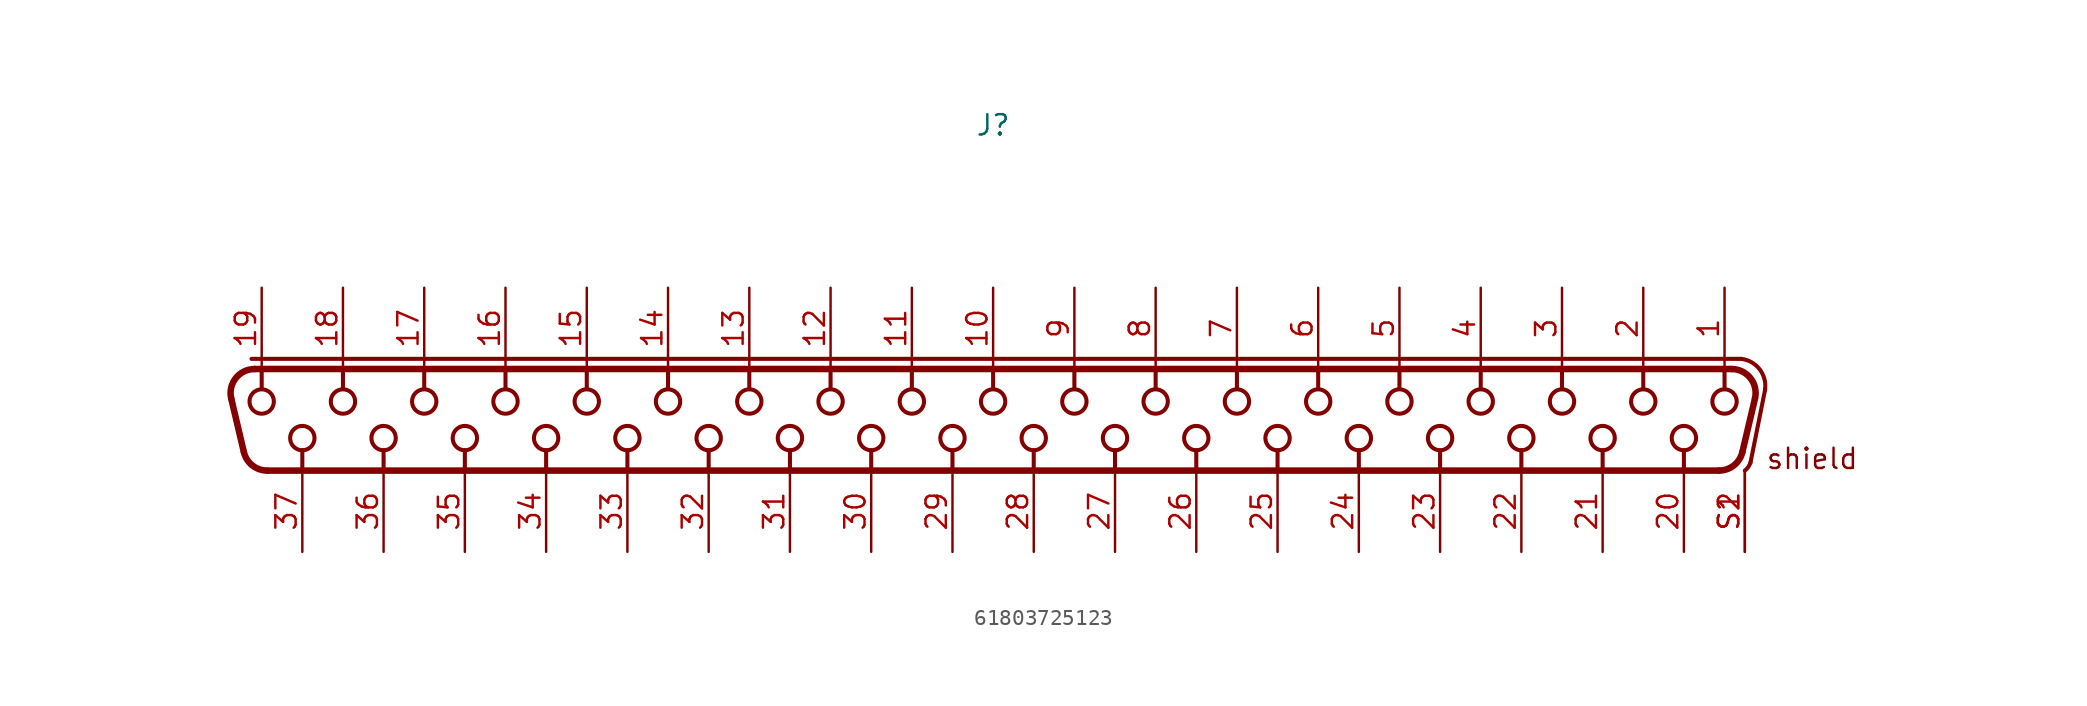
<source format=kicad_sym>
(kicad_symbol_lib
  (version 20241209)
  (generator "kicad_symbol_editor")
  (generator_version "9.0")
  (symbol "61803725123"
    (pin_names
      (hide yes))
    (property "Reference" "J"
      (at 0 17.78 0)
      (effects (font (size 1.27 1.27))))
    (symbol "61803725123_1_0"
      (polyline (pts (xy -46.833 -2.655) (xy -47.624 0.695)) (stroke (width 0.406) (type solid)) (fill (type none)))
      (polyline (pts (xy -46.355 3.175) (xy 46.76 3.175)) (stroke (width 0.254) (type solid)) (fill (type none)))
      (polyline (pts (xy -46.164 2.54) (xy 46.164 2.54)) (stroke (width 0.406) (type solid)) (fill (type none)))
      (arc (start -47.6242 0.695) (mid -47.3407 1.9707) (end -46.1643 2.54) (stroke (width 0.4064) (type solid)) (fill (type none)))
      (polyline (pts (xy -45.72 2.58) (xy -45.72 1.3)) (stroke (width 0.254) (type solid)) (fill (type none)))
      (circle (center -45.72 0.508) (radius 0.762) (stroke (width 0.254) (type solid)) (fill (type none)))
      (arc (start -45.373 -3.81) (mid -46.3038 -3.4862) (end -46.8328 -2.6547) (stroke (width 0.4064) (type solid)) (fill (type none)))
      (circle (center -43.18 -1.778) (radius 0.762) (stroke (width 0.254) (type solid)) (fill (type none)))
      (polyline (pts (xy -43.18 -2.54) (xy -43.18 -3.82)) (stroke (width 0.254) (type solid)) (fill (type none)))
      (polyline (pts (xy -40.64 2.58) (xy -40.64 1.3)) (stroke (width 0.254) (type solid)) (fill (type none)))
      (circle (center -40.64 0.508) (radius 0.762) (stroke (width 0.254) (type solid)) (fill (type none)))
      (circle (center -38.1 -1.778) (radius 0.762) (stroke (width 0.254) (type solid)) (fill (type none)))
      (polyline (pts (xy -38.1 -2.54) (xy -38.1 -3.82)) (stroke (width 0.254) (type solid)) (fill (type none)))
      (polyline (pts (xy -35.56 2.58) (xy -35.56 1.3)) (stroke (width 0.254) (type solid)) (fill (type none)))
      (circle (center -35.56 0.508) (radius 0.762) (stroke (width 0.254) (type solid)) (fill (type none)))
      (circle (center -33.02 -1.778) (radius 0.762) (stroke (width 0.254) (type solid)) (fill (type none)))
      (polyline (pts (xy -33.02 -2.54) (xy -33.02 -3.82)) (stroke (width 0.254) (type solid)) (fill (type none)))
      (polyline (pts (xy -30.48 2.58) (xy -30.48 1.3)) (stroke (width 0.254) (type solid)) (fill (type none)))
      (circle (center -30.48 0.508) (radius 0.762) (stroke (width 0.254) (type solid)) (fill (type none)))
      (circle (center -27.94 -1.778) (radius 0.762) (stroke (width 0.254) (type solid)) (fill (type none)))
      (polyline (pts (xy -27.94 -2.54) (xy -27.94 -3.82)) (stroke (width 0.254) (type solid)) (fill (type none)))
      (polyline (pts (xy -25.4 2.58) (xy -25.4 1.3)) (stroke (width 0.254) (type solid)) (fill (type none)))
      (circle (center -25.4 0.508) (radius 0.762) (stroke (width 0.254) (type solid)) (fill (type none)))
      (circle (center -22.86 -1.778) (radius 0.762) (stroke (width 0.254) (type solid)) (fill (type none)))
      (polyline (pts (xy -22.86 -2.54) (xy -22.86 -3.82)) (stroke (width 0.254) (type solid)) (fill (type none)))
      (polyline (pts (xy -20.32 2.58) (xy -20.32 1.3)) (stroke (width 0.254) (type solid)) (fill (type none)))
      (circle (center -20.32 0.508) (radius 0.762) (stroke (width 0.254) (type solid)) (fill (type none)))
      (circle (center -17.78 -1.778) (radius 0.762) (stroke (width 0.254) (type solid)) (fill (type none)))
      (polyline (pts (xy -17.78 -2.54) (xy -17.78 -3.82)) (stroke (width 0.254) (type solid)) (fill (type none)))
      (polyline (pts (xy -15.24 2.58) (xy -15.24 1.3)) (stroke (width 0.254) (type solid)) (fill (type none)))
      (circle (center -15.24 0.508) (radius 0.762) (stroke (width 0.254) (type solid)) (fill (type none)))
      (circle (center -12.7 -1.778) (radius 0.762) (stroke (width 0.254) (type solid)) (fill (type none)))
      (polyline (pts (xy -12.7 -2.54) (xy -12.7 -3.82)) (stroke (width 0.254) (type solid)) (fill (type none)))
      (polyline (pts (xy -10.16 2.58) (xy -10.16 1.3)) (stroke (width 0.254) (type solid)) (fill (type none)))
      (circle (center -10.16 0.508) (radius 0.762) (stroke (width 0.254) (type solid)) (fill (type none)))
      (circle (center -7.62 -1.778) (radius 0.762) (stroke (width 0.254) (type solid)) (fill (type none)))
      (polyline (pts (xy -7.62 -2.54) (xy -7.62 -3.82)) (stroke (width 0.254) (type solid)) (fill (type none)))
      (polyline (pts (xy -5.08 2.58) (xy -5.08 1.3)) (stroke (width 0.254) (type solid)) (fill (type none)))
      (circle (center -5.08 0.508) (radius 0.762) (stroke (width 0.254) (type solid)) (fill (type none)))
      (circle (center -2.54 -1.778) (radius 0.762) (stroke (width 0.254) (type solid)) (fill (type none)))
      (polyline (pts (xy -2.54 -2.54) (xy -2.54 -3.82)) (stroke (width 0.254) (type solid)) (fill (type none)))
      (polyline (pts (xy 0 2.58) (xy 0 1.3)) (stroke (width 0.254) (type solid)) (fill (type none)))
      (circle (center 0 0.508) (radius 0.762) (stroke (width 0.254) (type solid)) (fill (type none)))
      (circle (center 2.54 -1.778) (radius 0.762) (stroke (width 0.254) (type solid)) (fill (type none)))
      (polyline (pts (xy 2.54 -2.54) (xy 2.54 -3.82)) (stroke (width 0.254) (type solid)) (fill (type none)))
      (polyline (pts (xy 5.08 2.58) (xy 5.08 1.3)) (stroke (width 0.254) (type solid)) (fill (type none)))
      (circle (center 5.08 0.508) (radius 0.762) (stroke (width 0.254) (type solid)) (fill (type none)))
      (circle (center 7.62 -1.778) (radius 0.762) (stroke (width 0.254) (type solid)) (fill (type none)))
      (polyline (pts (xy 7.62 -2.54) (xy 7.62 -3.82)) (stroke (width 0.254) (type solid)) (fill (type none)))
      (polyline (pts (xy 10.16 2.58) (xy 10.16 1.3)) (stroke (width 0.254) (type solid)) (fill (type none)))
      (circle (center 10.16 0.508) (radius 0.762) (stroke (width 0.254) (type solid)) (fill (type none)))
      (circle (center 12.7 -1.778) (radius 0.762) (stroke (width 0.254) (type solid)) (fill (type none)))
      (polyline (pts (xy 12.7 -2.54) (xy 12.7 -3.82)) (stroke (width 0.254) (type solid)) (fill (type none)))
      (polyline (pts (xy 15.24 2.58) (xy 15.24 1.3)) (stroke (width 0.254) (type solid)) (fill (type none)))
      (circle (center 15.24 0.508) (radius 0.762) (stroke (width 0.254) (type solid)) (fill (type none)))
      (circle (center 17.78 -1.778) (radius 0.762) (stroke (width 0.254) (type solid)) (fill (type none)))
      (polyline (pts (xy 17.78 -2.54) (xy 17.78 -3.82)) (stroke (width 0.254) (type solid)) (fill (type none)))
      (polyline (pts (xy 20.32 2.58) (xy 20.32 1.3)) (stroke (width 0.254) (type solid)) (fill (type none)))
      (circle (center 20.32 0.508) (radius 0.762) (stroke (width 0.254) (type solid)) (fill (type none)))
      (circle (center 22.86 -1.778) (radius 0.762) (stroke (width 0.254) (type solid)) (fill (type none)))
      (polyline (pts (xy 22.86 -2.54) (xy 22.86 -3.82)) (stroke (width 0.254) (type solid)) (fill (type none)))
      (polyline (pts (xy 25.4 2.58) (xy 25.4 1.3)) (stroke (width 0.254) (type solid)) (fill (type none)))
      (circle (center 25.4 0.508) (radius 0.762) (stroke (width 0.254) (type solid)) (fill (type none)))
      (circle (center 27.94 -1.778) (radius 0.762) (stroke (width 0.254) (type solid)) (fill (type none)))
      (polyline (pts (xy 27.94 -2.54) (xy 27.94 -3.82)) (stroke (width 0.254) (type solid)) (fill (type none)))
      (polyline (pts (xy 30.48 2.58) (xy 30.48 1.3)) (stroke (width 0.254) (type solid)) (fill (type none)))
      (circle (center 30.48 0.508) (radius 0.762) (stroke (width 0.254) (type solid)) (fill (type none)))
      (circle (center 33.02 -1.778) (radius 0.762) (stroke (width 0.254) (type solid)) (fill (type none)))
      (polyline (pts (xy 33.02 -2.54) (xy 33.02 -3.82)) (stroke (width 0.254) (type solid)) (fill (type none)))
      (polyline (pts (xy 35.56 2.58) (xy 35.56 1.3)) (stroke (width 0.254) (type solid)) (fill (type none)))
      (circle (center 35.56 0.508) (radius 0.762) (stroke (width 0.254) (type solid)) (fill (type none)))
      (circle (center 38.1 -1.778) (radius 0.762) (stroke (width 0.254) (type solid)) (fill (type none)))
      (polyline (pts (xy 38.1 -2.54) (xy 38.1 -3.82)) (stroke (width 0.254) (type solid)) (fill (type none)))
      (polyline (pts (xy 40.64 2.58) (xy 40.64 1.3)) (stroke (width 0.254) (type solid)) (fill (type none)))
      (circle (center 40.64 0.508) (radius 0.762) (stroke (width 0.254) (type solid)) (fill (type none)))
      (circle (center 43.18 -1.778) (radius 0.762) (stroke (width 0.254) (type solid)) (fill (type none)))
      (polyline (pts (xy 43.18 -2.54) (xy 43.18 -3.82)) (stroke (width 0.254) (type solid)) (fill (type none)))
      (arc (start 46.8328 -2.6548) (mid 46.3037 -3.4863) (end 45.3729 -3.81) (stroke (width 0.4064) (type solid)) (fill (type none)))
      (polyline (pts (xy 45.373 -3.81) (xy -45.373 -3.81)) (stroke (width 0.406) (type solid)) (fill (type none)))
      (polyline (pts (xy 45.72 2.58) (xy 45.72 1.3)) (stroke (width 0.254) (type solid)) (fill (type none)))
      (circle (center 45.72 0.508) (radius 0.762) (stroke (width 0.254) (type solid)) (fill (type none)))
      (arc (start 46.1643 2.54) (mid 47.3407 1.9707) (end 47.6242 0.695) (stroke (width 0.4064) (type solid)) (fill (type none)))
      (arc (start 47.3439 -3.3037) (mid 47.2048 -3.5833) (end 46.99 -3.81) (stroke (width 0.254) (type solid)) (fill (type none)))
      (arc (start 46.76 3.175) (mid 47.9064 2.5346) (end 48.26 1.27) (stroke (width 0.254) (type solid)) (fill (type none)))
      (polyline (pts (xy 47.344 -3.304) (xy 48.26 1.27)) (stroke (width 0.254) (type solid)) (fill (type none)))
      (polyline (pts (xy 47.624 0.695) (xy 46.833 -2.655)) (stroke (width 0.406) (type solid)) (fill (type none)))
      (pin passive line (at -45.72 7.62 270) (length 5.08) (name "19" (effects (font (size 1.27 1.27)))) (number "19" (effects (font (size 1.27 1.27)))))
      (pin passive line (at -43.18 -8.89 90) (length 5.08) (name "37" (effects (font (size 1.27 1.27)))) (number "37" (effects (font (size 1.27 1.27)))))
      (pin passive line (at -40.64 7.62 270) (length 5.08) (name "18" (effects (font (size 1.27 1.27)))) (number "18" (effects (font (size 1.27 1.27)))))
      (pin passive line (at -38.1 -8.89 90) (length 5.08) (name "36" (effects (font (size 1.27 1.27)))) (number "36" (effects (font (size 1.27 1.27)))))
      (pin passive line (at -35.56 7.62 270) (length 5.08) (name "17" (effects (font (size 1.27 1.27)))) (number "17" (effects (font (size 1.27 1.27)))))
      (pin passive line (at -33.02 -8.89 90) (length 5.08) (name "35" (effects (font (size 1.27 1.27)))) (number "35" (effects (font (size 1.27 1.27)))))
      (pin passive line (at -30.48 7.62 270) (length 5.08) (name "16" (effects (font (size 1.27 1.27)))) (number "16" (effects (font (size 1.27 1.27)))))
      (pin passive line (at -27.94 -8.89 90) (length 5.08) (name "34" (effects (font (size 1.27 1.27)))) (number "34" (effects (font (size 1.27 1.27)))))
      (pin passive line (at -25.4 7.62 270) (length 5.08) (name "15" (effects (font (size 1.27 1.27)))) (number "15" (effects (font (size 1.27 1.27)))))
      (pin passive line (at -22.86 -8.89 90) (length 5.08) (name "33" (effects (font (size 1.27 1.27)))) (number "33" (effects (font (size 1.27 1.27)))))
      (pin passive line (at -20.32 7.62 270) (length 5.08) (name "14" (effects (font (size 1.27 1.27)))) (number "14" (effects (font (size 1.27 1.27)))))
      (pin passive line (at -17.78 -8.89 90) (length 5.08) (name "32" (effects (font (size 1.27 1.27)))) (number "32" (effects (font (size 1.27 1.27)))))
      (pin passive line (at -15.24 7.62 270) (length 5.08) (name "13" (effects (font (size 1.27 1.27)))) (number "13" (effects (font (size 1.27 1.27)))))
      (pin passive line (at -12.7 -8.89 90) (length 5.08) (name "31" (effects (font (size 1.27 1.27)))) (number "31" (effects (font (size 1.27 1.27)))))
      (pin passive line (at -10.16 7.62 270) (length 5.08) (name "12" (effects (font (size 1.27 1.27)))) (number "12" (effects (font (size 1.27 1.27)))))
      (pin passive line (at -7.62 -8.89 90) (length 5.08) (name "30" (effects (font (size 1.27 1.27)))) (number "30" (effects (font (size 1.27 1.27)))))
      (pin passive line (at -5.08 7.62 270) (length 5.08) (name "11" (effects (font (size 1.27 1.27)))) (number "11" (effects (font (size 1.27 1.27)))))
      (pin passive line (at -2.54 -8.89 90) (length 5.08) (name "29" (effects (font (size 1.27 1.27)))) (number "29" (effects (font (size 1.27 1.27)))))
      (pin passive line (at 0 7.62 270) (length 5.08) (name "10" (effects (font (size 1.27 1.27)))) (number "10" (effects (font (size 1.27 1.27)))))
      (pin passive line (at 2.54 -8.89 90) (length 5.08) (name "28" (effects (font (size 1.27 1.27)))) (number "28" (effects (font (size 1.27 1.27)))))
      (pin passive line (at 5.08 7.62 270) (length 5.08) (name "9" (effects (font (size 1.27 1.27)))) (number "9" (effects (font (size 1.27 1.27)))))
      (pin passive line (at 7.62 -8.89 90) (length 5.08) (name "27" (effects (font (size 1.27 1.27)))) (number "27" (effects (font (size 1.27 1.27)))))
      (pin passive line (at 10.16 7.62 270) (length 5.08) (name "8" (effects (font (size 1.27 1.27)))) (number "8" (effects (font (size 1.27 1.27)))))
      (pin passive line (at 12.7 -8.89 90) (length 5.08) (name "26" (effects (font (size 1.27 1.27)))) (number "26" (effects (font (size 1.27 1.27)))))
      (pin passive line (at 15.24 7.62 270) (length 5.08) (name "7" (effects (font (size 1.27 1.27)))) (number "7" (effects (font (size 1.27 1.27)))))
      (pin passive line (at 17.78 -8.89 90) (length 5.08) (name "25" (effects (font (size 1.27 1.27)))) (number "25" (effects (font (size 1.27 1.27)))))
      (pin passive line (at 20.32 7.62 270) (length 5.08) (name "6" (effects (font (size 1.27 1.27)))) (number "6" (effects (font (size 1.27 1.27)))))
      (pin passive line (at 22.86 -8.89 90) (length 5.08) (name "24" (effects (font (size 1.27 1.27)))) (number "24" (effects (font (size 1.27 1.27)))))
      (pin passive line (at 25.4 7.62 270) (length 5.08) (name "5" (effects (font (size 1.27 1.27)))) (number "5" (effects (font (size 1.27 1.27)))))
      (pin passive line (at 27.94 -8.89 90) (length 5.08) (name "23" (effects (font (size 1.27 1.27)))) (number "23" (effects (font (size 1.27 1.27)))))
      (pin passive line (at 30.48 7.62 270) (length 5.08) (name "4" (effects (font (size 1.27 1.27)))) (number "4" (effects (font (size 1.27 1.27)))))
      (pin passive line (at 33.02 -8.89 90) (length 5.08) (name "22" (effects (font (size 1.27 1.27)))) (number "22" (effects (font (size 1.27 1.27)))))
      (pin passive line (at 35.56 7.62 270) (length 5.08) (name "3" (effects (font (size 1.27 1.27)))) (number "3" (effects (font (size 1.27 1.27)))))
      (pin passive line (at 38.1 -8.89 90) (length 5.08) (name "21" (effects (font (size 1.27 1.27)))) (number "21" (effects (font (size 1.27 1.27)))))
      (pin passive line (at 40.64 7.62 270) (length 5.08) (name "2" (effects (font (size 1.27 1.27)))) (number "2" (effects (font (size 1.27 1.27)))))
      (pin passive line (at 43.18 -8.89 90) (length 5.08) (name "20" (effects (font (size 1.27 1.27)))) (number "20" (effects (font (size 1.27 1.27)))))
      (pin passive line (at 45.72 7.62 270) (length 5.08) (name "1" (effects (font (size 1.27 1.27)))) (number "1" (effects (font (size 1.27 1.27)))))
      (pin passive line (at 46.99 -8.89 90) (length 5.08) (name "SHIELD" (effects (font (size 1.27 1.27)))) (number "S1" (effects (font (size 1.27 1.27)))))
      (pin passive line (at 46.99 -8.89 90) (length 5.08) (name "SHIELD" (effects (font (size 1.27 1.27)))) (number "S2" (effects (font (size 1.27 1.27))))))
    (symbol "61803725123_1_1"
      (text "shield" (at 48.26 -3.81 0) (effects (font (size 1.27 1.27)) (justify left bottom))))))
</source>
